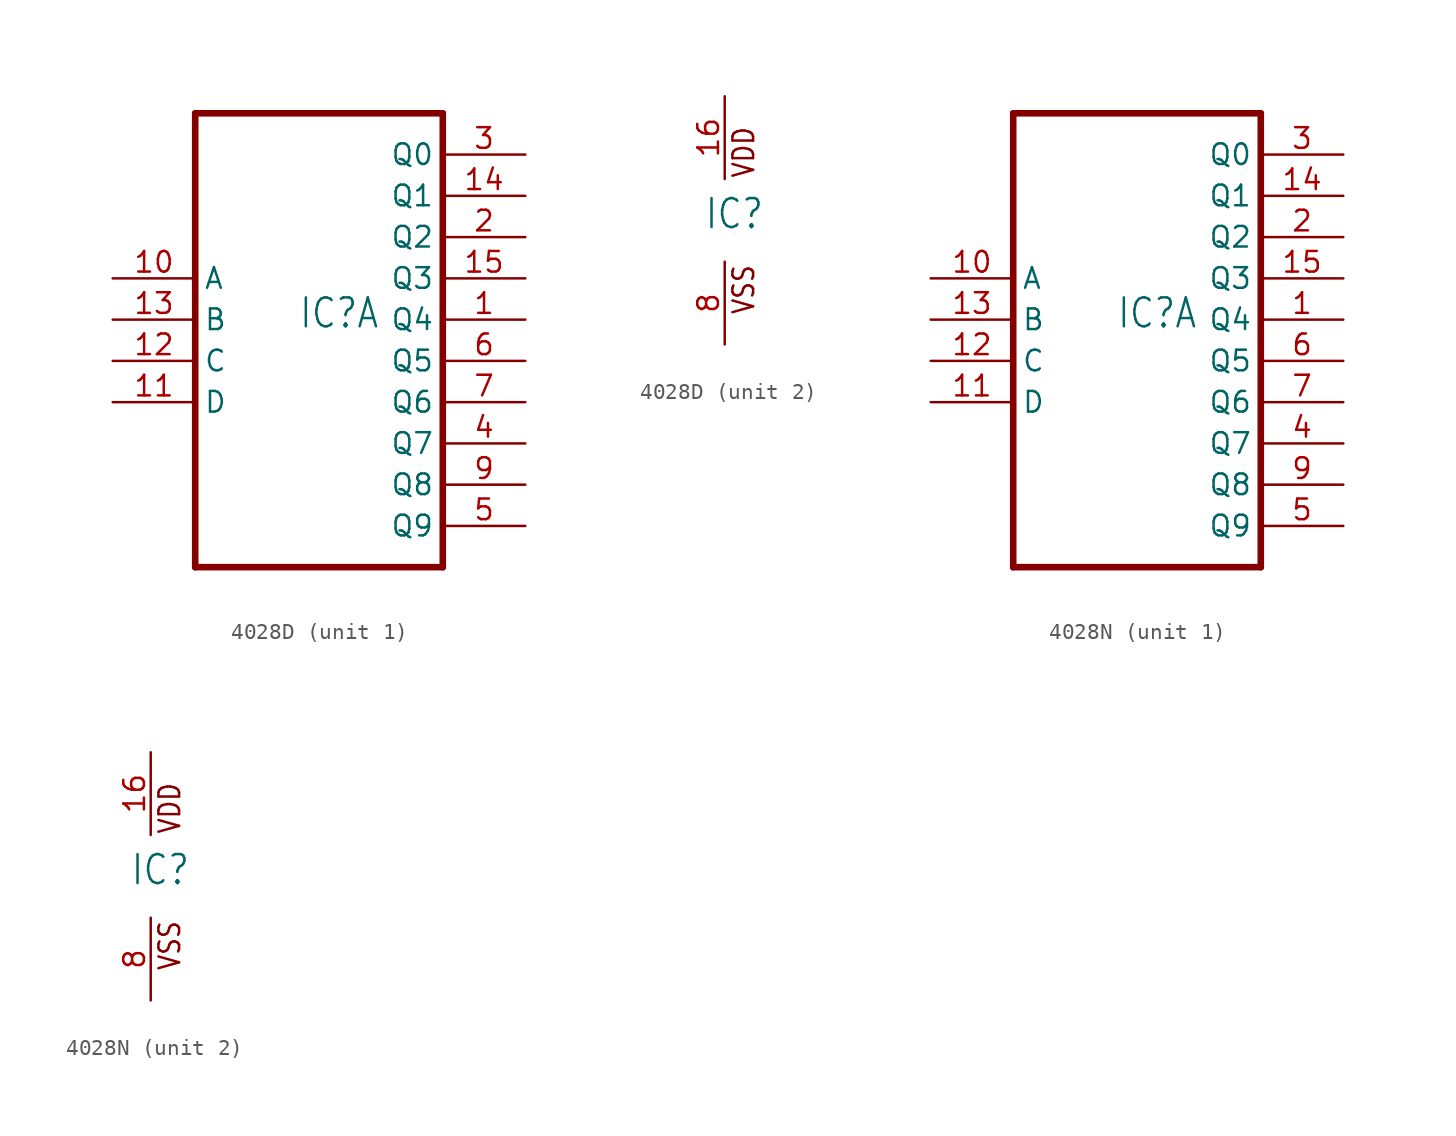
<source format=kicad_sym>
(kicad_symbol_lib
  (version 20231120)
  (generator "kicad_symbol_editor")
  (generator_version "8.0")
  (symbol "4028D"
    (property "Reference" "IC"
      (at -1.27 -0.635 0)
      (effects (font (size 1.778 1.511)) (justify left bottom)))
    (property "ki_locked" ""
      (at 0 0 0)
      (effects (font (size 1.27 1.27))))
    (symbol "4028D_1_0"
      (polyline (pts (xy -7.62 -15.24) (xy 7.62 -15.24)) (stroke (width 0.406) (type solid)) (fill (type none)))
      (polyline (pts (xy -7.62 12.7) (xy -7.62 -15.24)) (stroke (width 0.406) (type solid)) (fill (type none)))
      (polyline (pts (xy 7.62 -15.24) (xy 7.62 12.7)) (stroke (width 0.406) (type solid)) (fill (type none)))
      (polyline (pts (xy 7.62 12.7) (xy -7.62 12.7)) (stroke (width 0.406) (type solid)) (fill (type none)))
      (pin output line (at 12.7 0 180) (length 5.08) (name "Q4" (effects (font (size 1.27 1.27)))) (number "1" (effects (font (size 1.27 1.27)))))
      (pin input line (at -12.7 2.54 0) (length 5.08) (name "A" (effects (font (size 1.27 1.27)))) (number "10" (effects (font (size 1.27 1.27)))))
      (pin input line (at -12.7 -5.08 0) (length 5.08) (name "D" (effects (font (size 1.27 1.27)))) (number "11" (effects (font (size 1.27 1.27)))))
      (pin input line (at -12.7 -2.54 0) (length 5.08) (name "C" (effects (font (size 1.27 1.27)))) (number "12" (effects (font (size 1.27 1.27)))))
      (pin input line (at -12.7 0 0) (length 5.08) (name "B" (effects (font (size 1.27 1.27)))) (number "13" (effects (font (size 1.27 1.27)))))
      (pin output line (at 12.7 7.62 180) (length 5.08) (name "Q1" (effects (font (size 1.27 1.27)))) (number "14" (effects (font (size 1.27 1.27)))))
      (pin output line (at 12.7 2.54 180) (length 5.08) (name "Q3" (effects (font (size 1.27 1.27)))) (number "15" (effects (font (size 1.27 1.27)))))
      (pin output line (at 12.7 5.08 180) (length 5.08) (name "Q2" (effects (font (size 1.27 1.27)))) (number "2" (effects (font (size 1.27 1.27)))))
      (pin output line (at 12.7 10.16 180) (length 5.08) (name "Q0" (effects (font (size 1.27 1.27)))) (number "3" (effects (font (size 1.27 1.27)))))
      (pin output line (at 12.7 -7.62 180) (length 5.08) (name "Q7" (effects (font (size 1.27 1.27)))) (number "4" (effects (font (size 1.27 1.27)))))
      (pin output line (at 12.7 -12.7 180) (length 5.08) (name "Q9" (effects (font (size 1.27 1.27)))) (number "5" (effects (font (size 1.27 1.27)))))
      (pin output line (at 12.7 -2.54 180) (length 5.08) (name "Q5" (effects (font (size 1.27 1.27)))) (number "6" (effects (font (size 1.27 1.27)))))
      (pin output line (at 12.7 -5.08 180) (length 5.08) (name "Q6" (effects (font (size 1.27 1.27)))) (number "7" (effects (font (size 1.27 1.27)))))
      (pin output line (at 12.7 -10.16 180) (length 5.08) (name "Q8" (effects (font (size 1.27 1.27)))) (number "9" (effects (font (size 1.27 1.27))))))
    (symbol "4028D_2_0"
      (text "VDD" (at 1.905 2.54 900) (effects (font (size 1.27 1.079)) (justify left bottom)))
      (text "VSS" (at 1.905 -5.842 900) (effects (font (size 1.27 1.079)) (justify left bottom)))
      (pin power_in line (at 0 7.62 270) (length 5.08) (name "VDD" (effects (font (size 0 0)))) (number "16" (effects (font (size 1.27 1.27)))))
      (pin power_in line (at 0 -7.62 90) (length 5.08) (name "VSS" (effects (font (size 0 0)))) (number "8" (effects (font (size 1.27 1.27)))))))
  (symbol "4028N"
    (property "Reference" "IC"
      (at -1.27 -0.635 0)
      (effects (font (size 1.778 1.511)) (justify left bottom)))
    (property "ki_locked" ""
      (at 0 0 0)
      (effects (font (size 1.27 1.27))))
    (symbol "4028N_1_0"
      (polyline (pts (xy -7.62 -15.24) (xy 7.62 -15.24)) (stroke (width 0.406) (type solid)) (fill (type none)))
      (polyline (pts (xy -7.62 12.7) (xy -7.62 -15.24)) (stroke (width 0.406) (type solid)) (fill (type none)))
      (polyline (pts (xy 7.62 -15.24) (xy 7.62 12.7)) (stroke (width 0.406) (type solid)) (fill (type none)))
      (polyline (pts (xy 7.62 12.7) (xy -7.62 12.7)) (stroke (width 0.406) (type solid)) (fill (type none)))
      (pin output line (at 12.7 0 180) (length 5.08) (name "Q4" (effects (font (size 1.27 1.27)))) (number "1" (effects (font (size 1.27 1.27)))))
      (pin input line (at -12.7 2.54 0) (length 5.08) (name "A" (effects (font (size 1.27 1.27)))) (number "10" (effects (font (size 1.27 1.27)))))
      (pin input line (at -12.7 -5.08 0) (length 5.08) (name "D" (effects (font (size 1.27 1.27)))) (number "11" (effects (font (size 1.27 1.27)))))
      (pin input line (at -12.7 -2.54 0) (length 5.08) (name "C" (effects (font (size 1.27 1.27)))) (number "12" (effects (font (size 1.27 1.27)))))
      (pin input line (at -12.7 0 0) (length 5.08) (name "B" (effects (font (size 1.27 1.27)))) (number "13" (effects (font (size 1.27 1.27)))))
      (pin output line (at 12.7 7.62 180) (length 5.08) (name "Q1" (effects (font (size 1.27 1.27)))) (number "14" (effects (font (size 1.27 1.27)))))
      (pin output line (at 12.7 2.54 180) (length 5.08) (name "Q3" (effects (font (size 1.27 1.27)))) (number "15" (effects (font (size 1.27 1.27)))))
      (pin output line (at 12.7 5.08 180) (length 5.08) (name "Q2" (effects (font (size 1.27 1.27)))) (number "2" (effects (font (size 1.27 1.27)))))
      (pin output line (at 12.7 10.16 180) (length 5.08) (name "Q0" (effects (font (size 1.27 1.27)))) (number "3" (effects (font (size 1.27 1.27)))))
      (pin output line (at 12.7 -7.62 180) (length 5.08) (name "Q7" (effects (font (size 1.27 1.27)))) (number "4" (effects (font (size 1.27 1.27)))))
      (pin output line (at 12.7 -12.7 180) (length 5.08) (name "Q9" (effects (font (size 1.27 1.27)))) (number "5" (effects (font (size 1.27 1.27)))))
      (pin output line (at 12.7 -2.54 180) (length 5.08) (name "Q5" (effects (font (size 1.27 1.27)))) (number "6" (effects (font (size 1.27 1.27)))))
      (pin output line (at 12.7 -5.08 180) (length 5.08) (name "Q6" (effects (font (size 1.27 1.27)))) (number "7" (effects (font (size 1.27 1.27)))))
      (pin output line (at 12.7 -10.16 180) (length 5.08) (name "Q8" (effects (font (size 1.27 1.27)))) (number "9" (effects (font (size 1.27 1.27))))))
    (symbol "4028N_2_0"
      (text "VDD" (at 1.905 2.54 900) (effects (font (size 1.27 1.079)) (justify left bottom)))
      (text "VSS" (at 1.905 -5.842 900) (effects (font (size 1.27 1.079)) (justify left bottom)))
      (pin power_in line (at 0 7.62 270) (length 5.08) (name "VDD" (effects (font (size 0 0)))) (number "16" (effects (font (size 1.27 1.27)))))
      (pin power_in line (at 0 -7.62 90) (length 5.08) (name "VSS" (effects (font (size 0 0)))) (number "8" (effects (font (size 1.27 1.27))))))))
</source>
